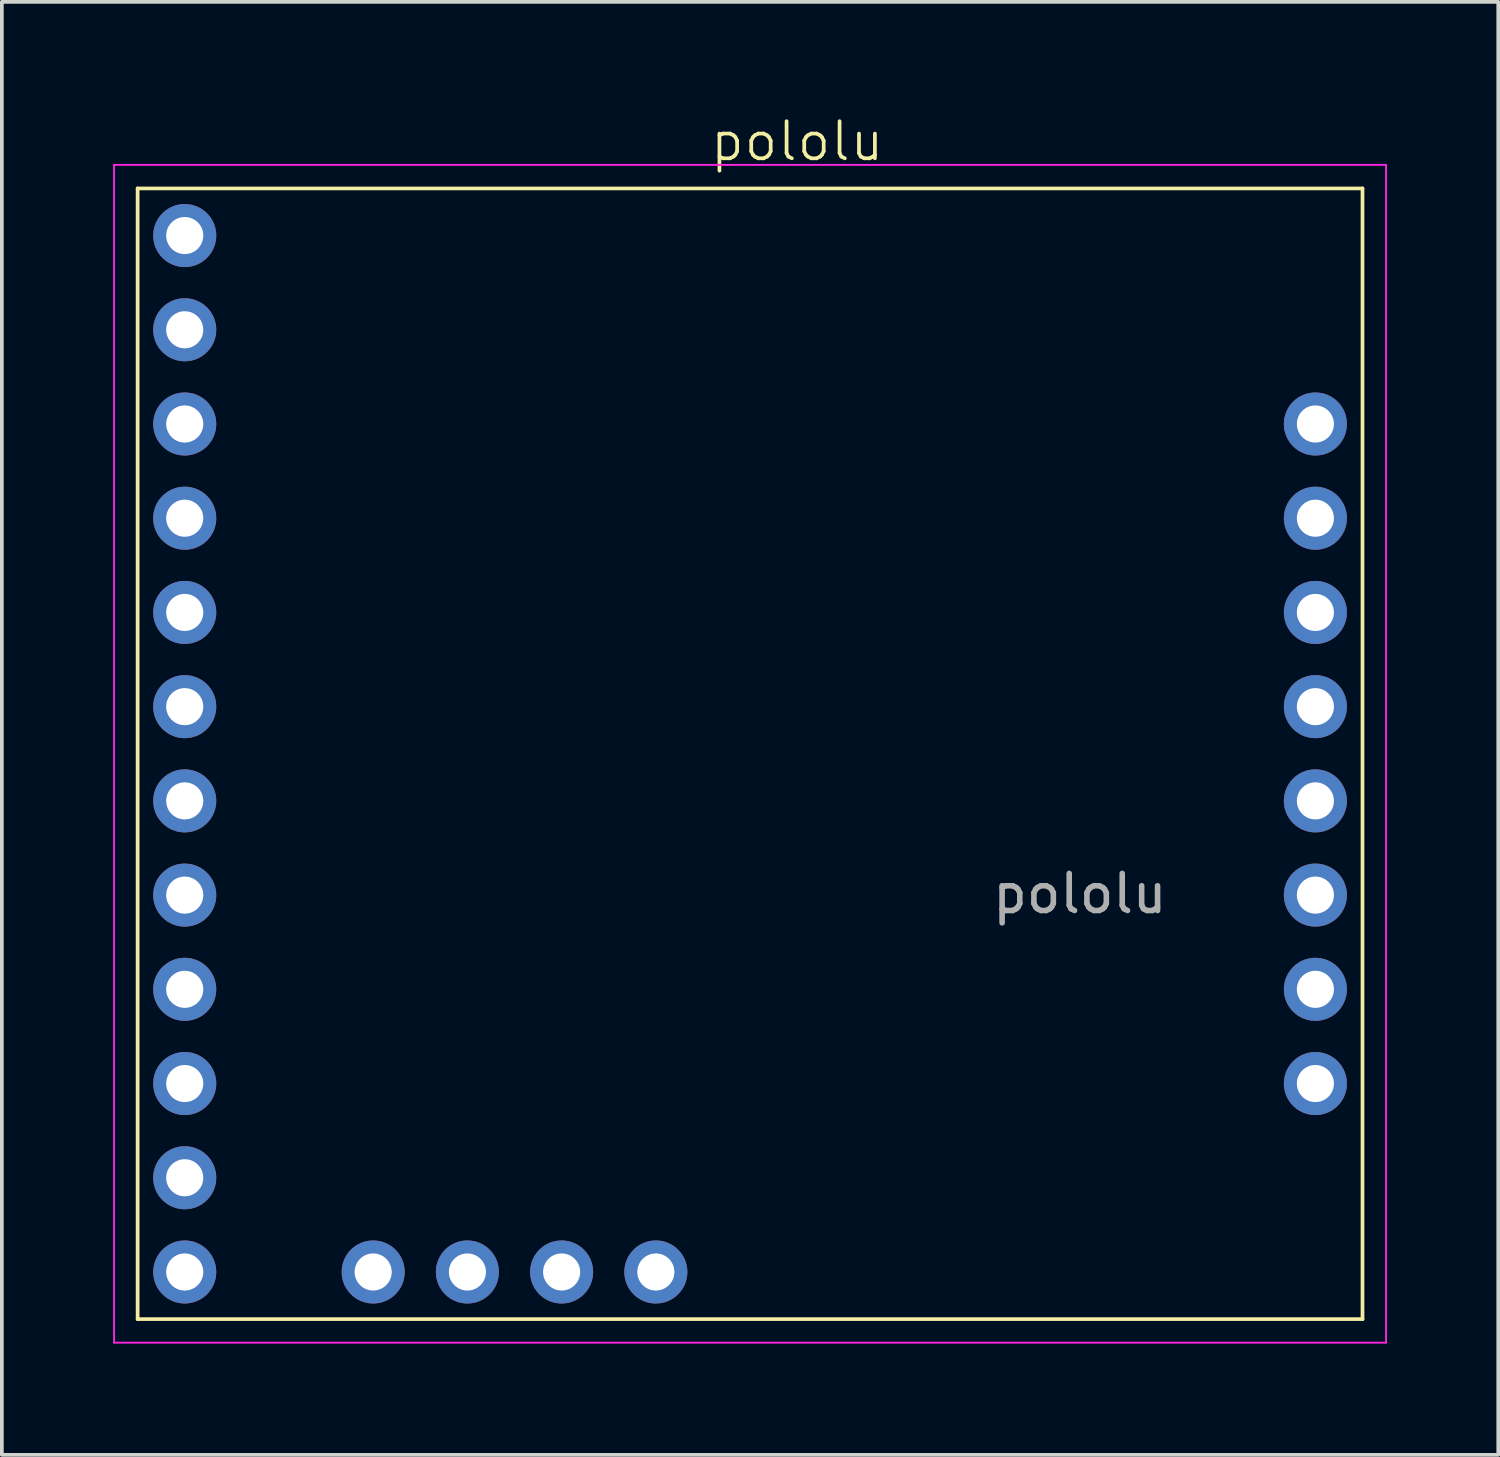
<source format=kicad_pcb>
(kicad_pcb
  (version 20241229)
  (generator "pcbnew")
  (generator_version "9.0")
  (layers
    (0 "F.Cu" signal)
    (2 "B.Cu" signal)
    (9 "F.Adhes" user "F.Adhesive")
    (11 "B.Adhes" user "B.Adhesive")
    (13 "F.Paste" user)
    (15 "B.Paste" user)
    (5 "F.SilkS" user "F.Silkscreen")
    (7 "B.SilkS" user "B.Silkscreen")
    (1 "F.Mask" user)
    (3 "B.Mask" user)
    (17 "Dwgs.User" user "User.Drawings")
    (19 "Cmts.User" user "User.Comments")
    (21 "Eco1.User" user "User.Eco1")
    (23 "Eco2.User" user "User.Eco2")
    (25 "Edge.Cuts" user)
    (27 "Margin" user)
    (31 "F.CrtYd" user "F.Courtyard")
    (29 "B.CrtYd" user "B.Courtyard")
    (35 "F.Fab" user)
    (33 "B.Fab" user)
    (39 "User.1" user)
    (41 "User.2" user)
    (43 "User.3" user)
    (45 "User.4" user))
  (footprint "pololu"
    (layer "F.Cu")
    (at 19.71 17.27)
    (property "Reference" "pololu" (at -1.27 -16.51 0) (unlocked yes) (layer "F.SilkS") (effects (font (size 1 1) (thickness 0.1))))
    (attr smd)
    (fp_line (start -19.05 -15.24) (end -19.05 15.24) (stroke (width 0.1) (type default)) (layer "F.SilkS"))
    (fp_line (start -19.05 15.24) (end 13.97 15.24) (stroke (width 0.1) (type default)) (layer "F.SilkS"))
    (fp_line (start 13.97 -15.24) (end -19.05 -15.24) (stroke (width 0.1) (type default)) (layer "F.SilkS"))
    (fp_line (start 13.97 15.24) (end 13.97 -15.24) (stroke (width 0.1) (type default)) (layer "F.SilkS"))
    (fp_line (start -19.685 -15.875) (end -19.685 15.875) (stroke (width 0.05) (type default)) (layer "F.CrtYd"))
    (fp_line (start -19.685 15.875) (end 14.605 15.875) (stroke (width 0.05) (type default)) (layer "F.CrtYd"))
    (fp_line (start 14.605 -15.875) (end -19.685 -15.875) (stroke (width 0.05) (type default)) (layer "F.CrtYd"))
    (fp_line (start 14.605 15.875) (end 14.605 -15.875) (stroke (width 0.05) (type default)) (layer "F.CrtYd"))
    (fp_text user "${REFERENCE}" (at 6.35 3.77 0) (unlocked yes) (layer "F.Fab") (effects (font (size 1 1) (thickness 0.15))))
    (pad "1" thru_hole oval (at -17.78 -13.97) (size 1.7 1.7) (drill 1) (layers "*.Cu" "*.Mask"))
    (pad "2" thru_hole oval (at -17.78 -11.43) (size 1.7 1.7) (drill 1) (layers "*.Cu" "*.Mask"))
    (pad "3" thru_hole oval (at -17.78 -8.89) (size 1.7 1.7) (drill 1) (layers "*.Cu" "*.Mask"))
    (pad "4" thru_hole oval (at -17.78 -6.35) (size 1.7 1.7) (drill 1) (layers "*.Cu" "*.Mask"))
    (pad "5" thru_hole oval (at -17.78 -3.81) (size 1.7 1.7) (drill 1) (layers "*.Cu" "*.Mask"))
    (pad "6" thru_hole oval (at -17.78 -1.27) (size 1.7 1.7) (drill 1) (layers "*.Cu" "*.Mask"))
    (pad "7" thru_hole oval (at -17.78 1.27) (size 1.7 1.7) (drill 1) (layers "*.Cu" "*.Mask"))
    (pad "8" thru_hole oval (at -17.78 3.81) (size 1.7 1.7) (drill 1) (layers "*.Cu" "*.Mask"))
    (pad "9" thru_hole oval (at -17.78 6.35) (size 1.7 1.7) (drill 1) (layers "*.Cu" "*.Mask"))
    (pad "10" thru_hole oval (at -17.78 8.89) (size 1.7 1.7) (drill 1) (layers "*.Cu" "*.Mask"))
    (pad "11" thru_hole oval (at -17.78 11.43) (size 1.7 1.7) (drill 1) (layers "*.Cu" "*.Mask"))
    (pad "12" thru_hole oval (at -17.78 13.97) (size 1.7 1.7) (drill 1) (layers "*.Cu" "*.Mask"))
    (pad "13" thru_hole oval (at -12.7 13.97) (size 1.7 1.7) (drill 1) (layers "*.Cu" "*.Mask"))
    (pad "14" thru_hole oval (at -10.16 13.97) (size 1.7 1.7) (drill 1) (layers "*.Cu" "*.Mask"))
    (pad "15" thru_hole oval (at -7.62 13.97) (size 1.7 1.7) (drill 1) (layers "*.Cu" "*.Mask"))
    (pad "16" thru_hole oval (at -5.08 13.97) (size 1.7 1.7) (drill 1) (layers "*.Cu" "*.Mask"))
    (pad "17" thru_hole oval (at 12.7 -8.89) (size 1.7 1.7) (drill 1) (layers "*.Cu" "*.Mask"))
    (pad "18" thru_hole oval (at 12.7 -6.35) (size 1.7 1.7) (drill 1) (layers "*.Cu" "*.Mask"))
    (pad "19" thru_hole oval (at 12.7 -3.81) (size 1.7 1.7) (drill 1) (layers "*.Cu" "*.Mask"))
    (pad "20" thru_hole oval (at 12.7 -1.27) (size 1.7 1.7) (drill 1) (layers "*.Cu" "*.Mask"))
    (pad "21" thru_hole oval (at 12.7 1.27) (size 1.7 1.7) (drill 1) (layers "*.Cu" "*.Mask"))
    (pad "22" thru_hole oval (at 12.7 3.81) (size 1.7 1.7) (drill 1) (layers "*.Cu" "*.Mask"))
    (pad "23" thru_hole oval (at 12.7 6.35) (size 1.7 1.7) (drill 1) (layers "*.Cu" "*.Mask"))
    (pad "24" thru_hole oval (at 12.7 8.89) (size 1.7 1.7) (drill 1) (layers "*.Cu" "*.Mask")))
  (gr_rect
    (start -3 -3)
    (end 37.34 36.17)
    (stroke (width 0.1) (type default))
    (fill no)
    (layer "Edge.Cuts")))
</source>
